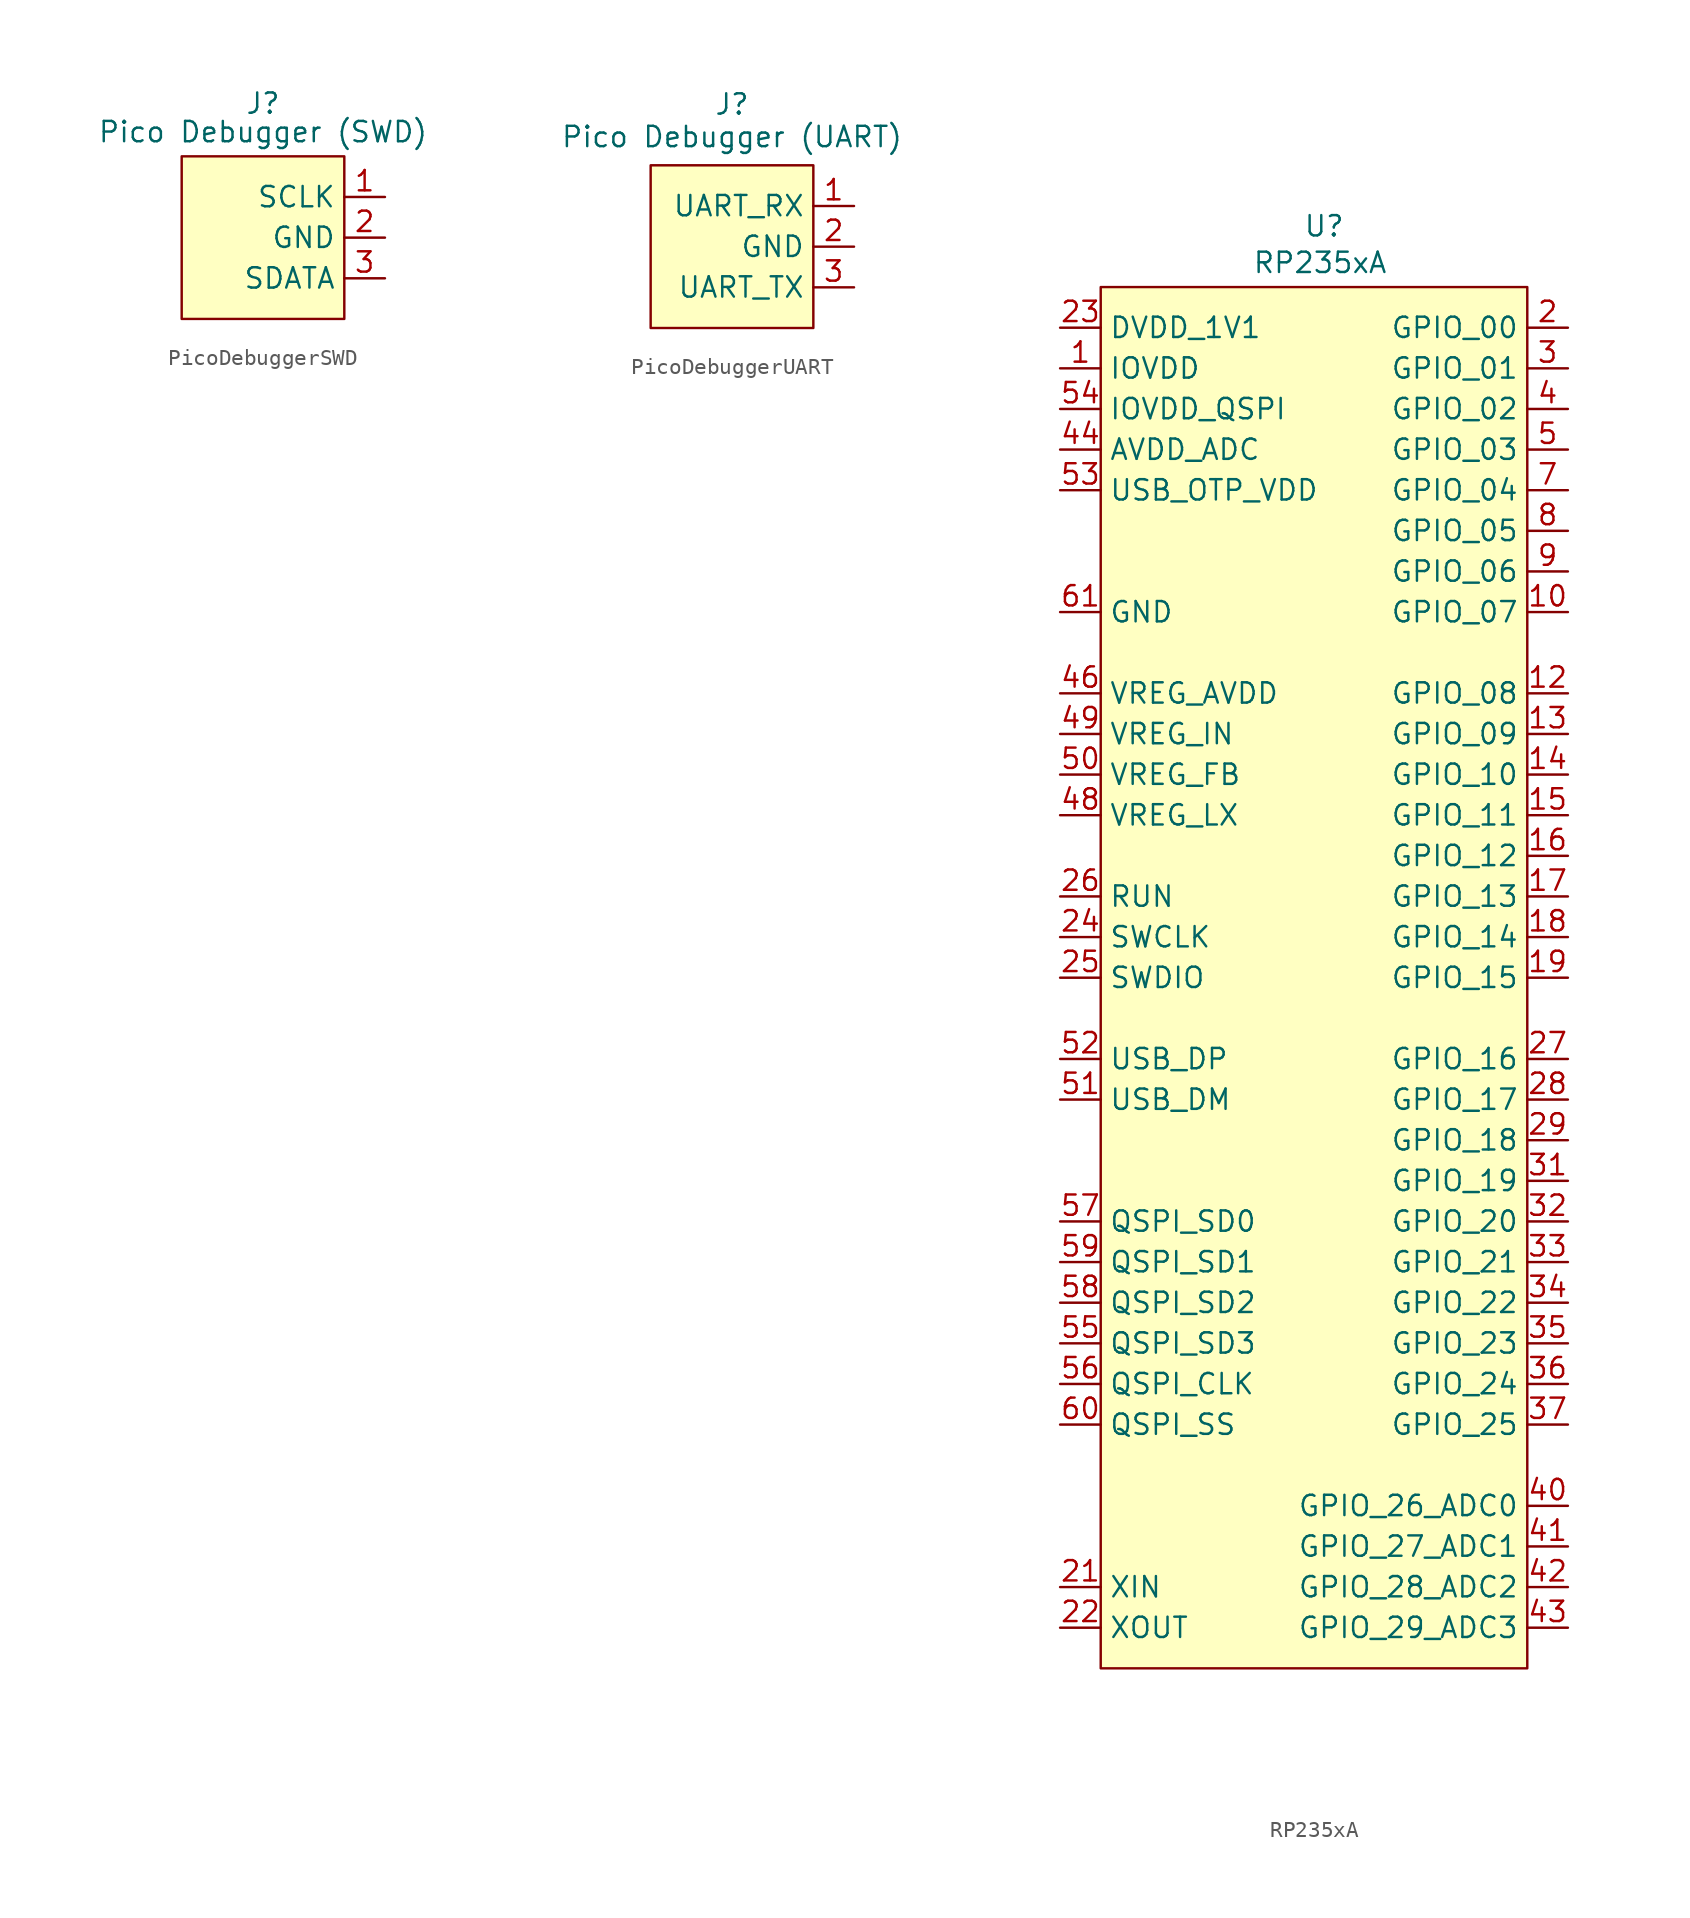
<source format=kicad_sym>
(kicad_symbol_lib
  (version 20241209)
  (generator "kicad_symbol_editor")
  (generator_version "9.0")
  (symbol "PicoDebuggerSWD"
    (property "Reference" "J"
      (at 0 0.762 0)
      (effects (font (size 1.27 1.27))))
    (property "Value" "Pico Debugger (SWD)"
      (at 0 -1.016 0)
      (effects (font (size 1.27 1.27))))
    (symbol "PicoDebuggerSWD_1_1"
      (rectangle (start -5.08 -2.54) (end 5.08 -12.7) (stroke (width 0) (type solid)) (fill (type background)))
      (pin bidirectional line (at 7.62 -5.08 180) (length 2.54) (name "SCLK" (effects (font (size 1.27 1.27)))) (number "1" (effects (font (size 1.27 1.27)))))
      (pin passive line (at 7.62 -7.62 180) (length 2.54) (name "GND" (effects (font (size 1.27 1.27)))) (number "2" (effects (font (size 1.27 1.27)))))
      (pin bidirectional line (at 7.62 -10.16 180) (length 2.54) (name "SDATA" (effects (font (size 1.27 1.27)))) (number "3" (effects (font (size 1.27 1.27)))))))
  (symbol "PicoDebuggerUART"
    (property "Reference" "J"
      (at 0 0 0)
      (effects (font (size 1.27 1.27))))
    (property "Value" "Pico Debugger (UART)"
      (at 0 -2.032 0)
      (effects (font (size 1.27 1.27))))
    (symbol "PicoDebuggerUART_1_1"
      (rectangle (start -5.08 -3.81) (end 5.08 -13.97) (stroke (width 0) (type solid)) (fill (type background)))
      (pin bidirectional line (at 7.62 -6.35 180) (length 2.54) (name "UART_RX" (effects (font (size 1.27 1.27)))) (number "1" (effects (font (size 1.27 1.27)))))
      (pin passive line (at 7.62 -8.89 180) (length 2.54) (name "GND" (effects (font (size 1.27 1.27)))) (number "2" (effects (font (size 1.27 1.27)))))
      (pin bidirectional line (at 7.62 -11.43 180) (length 2.54) (name "UART_TX" (effects (font (size 1.27 1.27)))) (number "3" (effects (font (size 1.27 1.27)))))))
  (symbol "RP235xA"
    (property "Reference" "U"
      (at 0 6.35 0)
      (effects (font (size 1.27 1.27))))
    (property "Value" "RP235xA"
      (at -0.254 4.064 0)
      (effects (font (size 1.27 1.27))))
    (symbol "RP235xA_1_1"
      (rectangle (start -13.97 2.54) (end 12.7 -83.82) (stroke (width 0) (type default)) (fill (type background)))
      (pin input line (at -16.51 0 0) (length 2.54) (name "DVDD_1V1" (effects (font (size 1.27 1.27)))) (number "23" (effects (font (size 1.27 1.27)))))
      (pin input line (at -16.51 0 0) (length 2.54) (hide yes) (name "DVDD_1V1" (effects (font (size 1.27 1.27)))) (number "39" (effects (font (size 1.27 1.27)))))
      (pin input line (at -16.51 0 0) (length 2.54) (hide yes) (name "DVDD_1V1" (effects (font (size 1.27 1.27)))) (number "6" (effects (font (size 1.27 1.27)))))
      (pin input line (at -16.51 -2.54 0) (length 2.54) (name "IOVDD" (effects (font (size 1.27 1.27)))) (number "1" (effects (font (size 1.27 1.27)))))
      (pin input line (at -16.51 -2.54 0) (length 2.54) (hide yes) (name "IOVDD" (effects (font (size 1.27 1.27)))) (number "11" (effects (font (size 1.27 1.27)))))
      (pin input line (at -16.51 -2.54 0) (length 2.54) (hide yes) (name "IOVDD" (effects (font (size 1.27 1.27)))) (number "20" (effects (font (size 1.27 1.27)))))
      (pin input line (at -16.51 -2.54 0) (length 2.54) (hide yes) (name "IOVDD" (effects (font (size 1.27 1.27)))) (number "30" (effects (font (size 1.27 1.27)))))
      (pin input line (at -16.51 -2.54 0) (length 2.54) (hide yes) (name "IOVDD" (effects (font (size 1.27 1.27)))) (number "38" (effects (font (size 1.27 1.27)))))
      (pin input line (at -16.51 -2.54 0) (length 2.54) (hide yes) (name "IOVDD" (effects (font (size 1.27 1.27)))) (number "45" (effects (font (size 1.27 1.27)))))
      (pin input line (at -16.51 -5.08 0) (length 2.54) (name "IOVDD_QSPI" (effects (font (size 1.27 1.27)))) (number "54" (effects (font (size 1.27 1.27)))))
      (pin input line (at -16.51 -7.62 0) (length 2.54) (name "AVDD_ADC" (effects (font (size 1.27 1.27)))) (number "44" (effects (font (size 1.27 1.27)))))
      (pin input line (at -16.51 -10.16 0) (length 2.54) (name "USB_OTP_VDD" (effects (font (size 1.27 1.27)))) (number "53" (effects (font (size 1.27 1.27)))))
      (pin passive line (at -16.51 -17.78 0) (length 2.54) (hide yes) (name "GND" (effects (font (size 1.27 1.27)))) (number "47" (effects (font (size 1.27 1.27)))))
      (pin passive line (at -16.51 -17.78 0) (length 2.54) (name "GND" (effects (font (size 1.27 1.27)))) (number "61" (effects (font (size 1.27 1.27)))))
      (pin input line (at -16.51 -22.86 0) (length 2.54) (name "VREG_AVDD" (effects (font (size 1.27 1.27)))) (number "46" (effects (font (size 1.27 1.27)))))
      (pin input line (at -16.51 -25.4 0) (length 2.54) (name "VREG_IN" (effects (font (size 1.27 1.27)))) (number "49" (effects (font (size 1.27 1.27)))))
      (pin input line (at -16.51 -27.94 0) (length 2.54) (name "VREG_FB" (effects (font (size 1.27 1.27)))) (number "50" (effects (font (size 1.27 1.27)))))
      (pin input line (at -16.51 -30.48 0) (length 2.54) (name "VREG_LX" (effects (font (size 1.27 1.27)))) (number "48" (effects (font (size 1.27 1.27)))))
      (pin input line (at -16.51 -35.56 0) (length 2.54) (name "RUN" (effects (font (size 1.27 1.27)))) (number "26" (effects (font (size 1.27 1.27)))))
      (pin input line (at -16.51 -38.1 0) (length 2.54) (name "SWCLK" (effects (font (size 1.27 1.27)))) (number "24" (effects (font (size 1.27 1.27)))))
      (pin bidirectional line (at -16.51 -40.64 0) (length 2.54) (name "SWDIO" (effects (font (size 1.27 1.27)))) (number "25" (effects (font (size 1.27 1.27)))))
      (pin bidirectional line (at -16.51 -45.72 0) (length 2.54) (name "USB_DP" (effects (font (size 1.27 1.27)))) (number "52" (effects (font (size 1.27 1.27)))))
      (pin bidirectional line (at -16.51 -48.26 0) (length 2.54) (name "USB_DM" (effects (font (size 1.27 1.27)))) (number "51" (effects (font (size 1.27 1.27)))))
      (pin bidirectional line (at -16.51 -55.88 0) (length 2.54) (name "QSPI_SD0" (effects (font (size 1.27 1.27)))) (number "57" (effects (font (size 1.27 1.27)))))
      (pin bidirectional line (at -16.51 -58.42 0) (length 2.54) (name "QSPI_SD1" (effects (font (size 1.27 1.27)))) (number "59" (effects (font (size 1.27 1.27)))))
      (pin bidirectional line (at -16.51 -60.96 0) (length 2.54) (name "QSPI_SD2" (effects (font (size 1.27 1.27)))) (number "58" (effects (font (size 1.27 1.27)))))
      (pin bidirectional line (at -16.51 -63.5 0) (length 2.54) (name "QSPI_SD3" (effects (font (size 1.27 1.27)))) (number "55" (effects (font (size 1.27 1.27)))))
      (pin output line (at -16.51 -66.04 0) (length 2.54) (name "QSPI_CLK" (effects (font (size 1.27 1.27)))) (number "56" (effects (font (size 1.27 1.27)))))
      (pin output line (at -16.51 -68.58 0) (length 2.54) (name "QSPI_SS" (effects (font (size 1.27 1.27)))) (number "60" (effects (font (size 1.27 1.27)))))
      (pin input line (at -16.51 -78.74 0) (length 2.54) (name "XIN" (effects (font (size 1.27 1.27)))) (number "21" (effects (font (size 1.27 1.27)))))
      (pin output line (at -16.51 -81.28 0) (length 2.54) (name "XOUT" (effects (font (size 1.27 1.27)))) (number "22" (effects (font (size 1.27 1.27)))))
      (pin bidirectional line (at 15.24 0 180) (length 2.54) (name "GPIO_00" (effects (font (size 1.27 1.27)))) (number "2" (effects (font (size 1.27 1.27)))))
      (pin bidirectional line (at 15.24 -2.54 180) (length 2.54) (name "GPIO_01" (effects (font (size 1.27 1.27)))) (number "3" (effects (font (size 1.27 1.27)))))
      (pin bidirectional line (at 15.24 -5.08 180) (length 2.54) (name "GPIO_02" (effects (font (size 1.27 1.27)))) (number "4" (effects (font (size 1.27 1.27)))))
      (pin bidirectional line (at 15.24 -7.62 180) (length 2.54) (name "GPIO_03" (effects (font (size 1.27 1.27)))) (number "5" (effects (font (size 1.27 1.27)))))
      (pin bidirectional line (at 15.24 -10.16 180) (length 2.54) (name "GPIO_04" (effects (font (size 1.27 1.27)))) (number "7" (effects (font (size 1.27 1.27)))))
      (pin bidirectional line (at 15.24 -12.7 180) (length 2.54) (name "GPIO_05" (effects (font (size 1.27 1.27)))) (number "8" (effects (font (size 1.27 1.27)))))
      (pin bidirectional line (at 15.24 -15.24 180) (length 2.54) (name "GPIO_06" (effects (font (size 1.27 1.27)))) (number "9" (effects (font (size 1.27 1.27)))))
      (pin bidirectional line (at 15.24 -17.78 180) (length 2.54) (name "GPIO_07" (effects (font (size 1.27 1.27)))) (number "10" (effects (font (size 1.27 1.27)))))
      (pin bidirectional line (at 15.24 -22.86 180) (length 2.54) (name "GPIO_08" (effects (font (size 1.27 1.27)))) (number "12" (effects (font (size 1.27 1.27)))))
      (pin bidirectional line (at 15.24 -25.4 180) (length 2.54) (name "GPIO_09" (effects (font (size 1.27 1.27)))) (number "13" (effects (font (size 1.27 1.27)))))
      (pin bidirectional line (at 15.24 -27.94 180) (length 2.54) (name "GPIO_10" (effects (font (size 1.27 1.27)))) (number "14" (effects (font (size 1.27 1.27)))))
      (pin bidirectional line (at 15.24 -30.48 180) (length 2.54) (name "GPIO_11" (effects (font (size 1.27 1.27)))) (number "15" (effects (font (size 1.27 1.27)))))
      (pin bidirectional line (at 15.24 -33.02 180) (length 2.54) (name "GPIO_12" (effects (font (size 1.27 1.27)))) (number "16" (effects (font (size 1.27 1.27)))))
      (pin bidirectional line (at 15.24 -35.56 180) (length 2.54) (name "GPIO_13" (effects (font (size 1.27 1.27)))) (number "17" (effects (font (size 1.27 1.27)))))
      (pin bidirectional line (at 15.24 -38.1 180) (length 2.54) (name "GPIO_14" (effects (font (size 1.27 1.27)))) (number "18" (effects (font (size 1.27 1.27)))))
      (pin bidirectional line (at 15.24 -40.64 180) (length 2.54) (name "GPIO_15" (effects (font (size 1.27 1.27)))) (number "19" (effects (font (size 1.27 1.27)))))
      (pin bidirectional line (at 15.24 -45.72 180) (length 2.54) (name "GPIO_16" (effects (font (size 1.27 1.27)))) (number "27" (effects (font (size 1.27 1.27)))))
      (pin bidirectional line (at 15.24 -48.26 180) (length 2.54) (name "GPIO_17" (effects (font (size 1.27 1.27)))) (number "28" (effects (font (size 1.27 1.27)))))
      (pin bidirectional line (at 15.24 -50.8 180) (length 2.54) (name "GPIO_18" (effects (font (size 1.27 1.27)))) (number "29" (effects (font (size 1.27 1.27)))))
      (pin bidirectional line (at 15.24 -53.34 180) (length 2.54) (name "GPIO_19" (effects (font (size 1.27 1.27)))) (number "31" (effects (font (size 1.27 1.27)))))
      (pin bidirectional line (at 15.24 -55.88 180) (length 2.54) (name "GPIO_20" (effects (font (size 1.27 1.27)))) (number "32" (effects (font (size 1.27 1.27)))))
      (pin bidirectional line (at 15.24 -58.42 180) (length 2.54) (name "GPIO_21" (effects (font (size 1.27 1.27)))) (number "33" (effects (font (size 1.27 1.27)))))
      (pin bidirectional line (at 15.24 -60.96 180) (length 2.54) (name "GPIO_22" (effects (font (size 1.27 1.27)))) (number "34" (effects (font (size 1.27 1.27)))))
      (pin bidirectional line (at 15.24 -63.5 180) (length 2.54) (name "GPIO_23" (effects (font (size 1.27 1.27)))) (number "35" (effects (font (size 1.27 1.27)))))
      (pin bidirectional line (at 15.24 -66.04 180) (length 2.54) (name "GPIO_24" (effects (font (size 1.27 1.27)))) (number "36" (effects (font (size 1.27 1.27)))))
      (pin bidirectional line (at 15.24 -68.58 180) (length 2.54) (name "GPIO_25" (effects (font (size 1.27 1.27)))) (number "37" (effects (font (size 1.27 1.27)))))
      (pin bidirectional line (at 15.24 -73.66 180) (length 2.54) (name "GPIO_26_ADC0" (effects (font (size 1.27 1.27)))) (number "40" (effects (font (size 1.27 1.27)))))
      (pin bidirectional line (at 15.24 -76.2 180) (length 2.54) (name "GPIO_27_ADC1" (effects (font (size 1.27 1.27)))) (number "41" (effects (font (size 1.27 1.27)))))
      (pin bidirectional line (at 15.24 -78.74 180) (length 2.54) (name "GPIO_28_ADC2" (effects (font (size 1.27 1.27)))) (number "42" (effects (font (size 1.27 1.27)))))
      (pin bidirectional line (at 15.24 -81.28 180) (length 2.54) (name "GPIO_29_ADC3" (effects (font (size 1.27 1.27)))) (number "43" (effects (font (size 1.27 1.27))))))))
</source>
